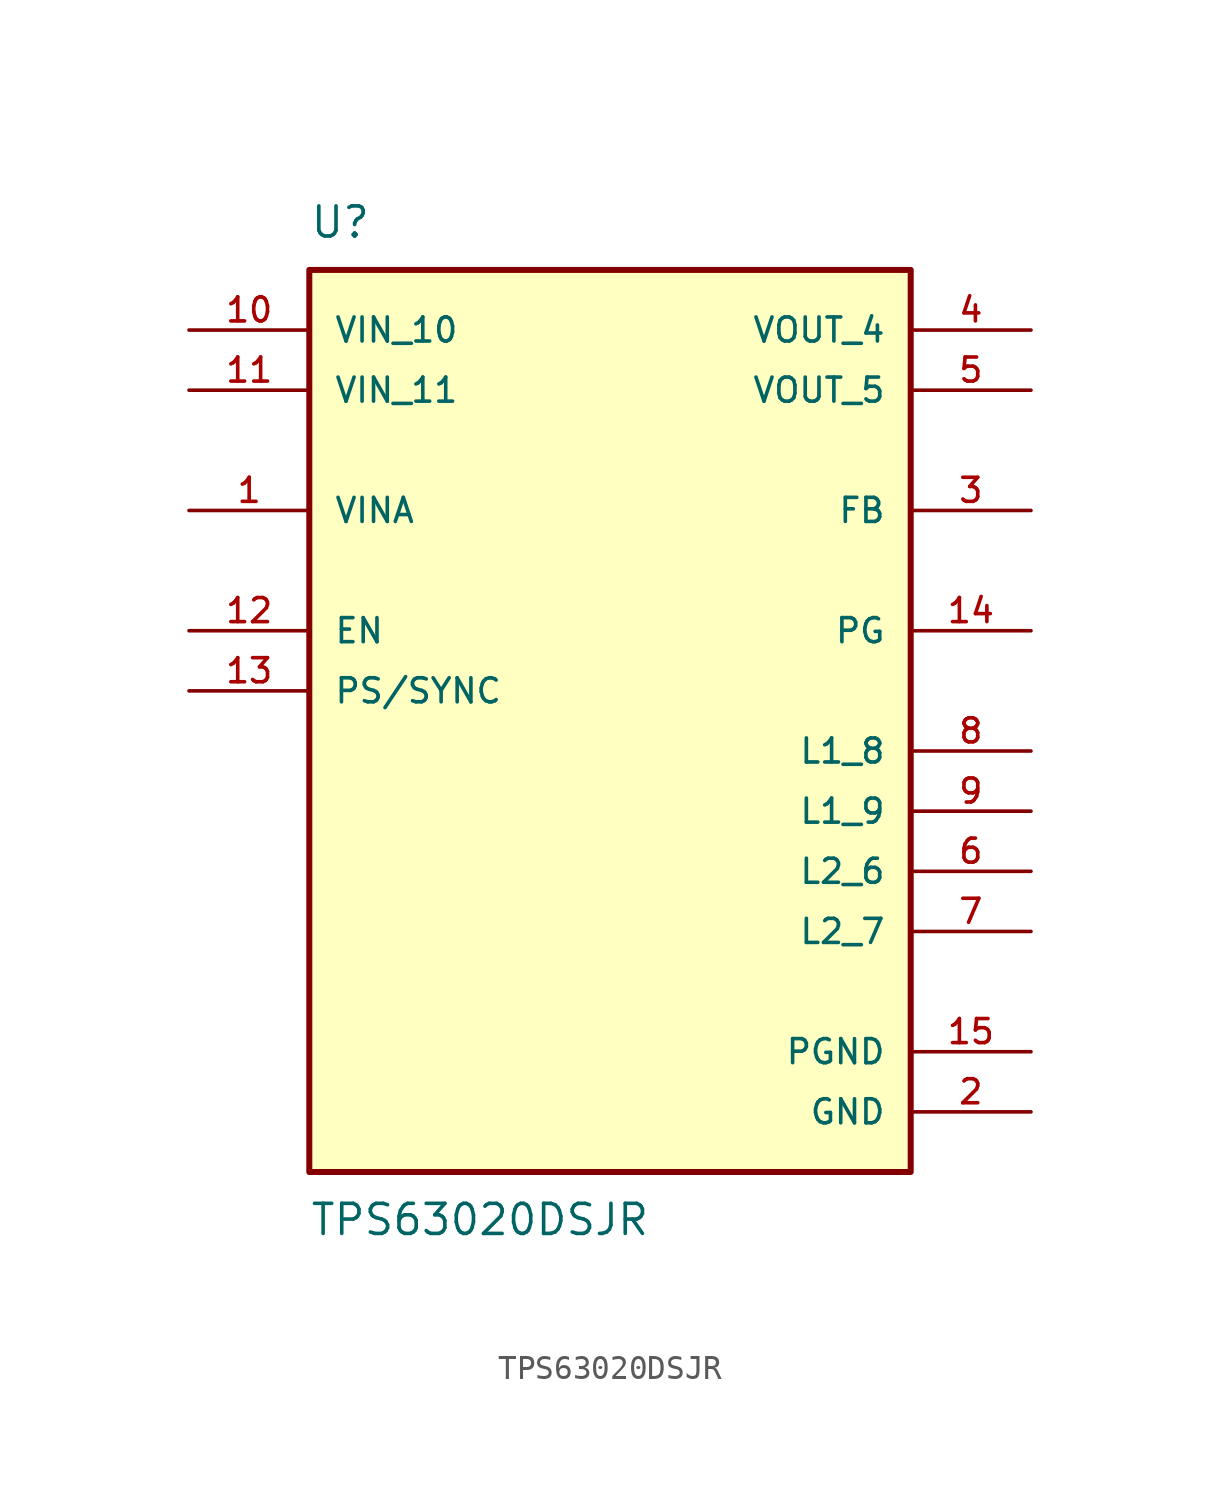
<source format=kicad_sym>
(kicad_symbol_lib
  (version 20211014)
  (generator kicad_symbol_editor)
  (symbol "TPS63020DSJR"
    (pin_names
      (offset 1.016))
    (property "Reference" "U"
      (at -12.7 19.05 0)
      (effects (font (size 1.27 1.27)) (justify bottom left)))
    (property "Value" "TPS63020DSJR"
      (at -12.7 -21.59 0)
      (effects (font (size 1.27 1.27)) (justify top left)))
    (symbol "TPS63020DSJR_0_0"
      (rectangle (start -12.7 -20.32) (end 12.7 17.78) (stroke (width 0.254)) (fill (type background)))
      (pin input line (at -17.78 7.62 0) (length 5.08) (name "VINA" (effects (font (size 1.016 1.016)))) (number "1" (effects (font (size 1.016 1.016)))))
      (pin power_in line (at 17.78 -17.78 180.0) (length 5.08) (name "GND" (effects (font (size 1.016 1.016)))) (number "2" (effects (font (size 1.016 1.016)))))
      (pin input line (at 17.78 7.62 180.0) (length 5.08) (name "FB" (effects (font (size 1.016 1.016)))) (number "3" (effects (font (size 1.016 1.016)))))
      (pin output line (at 17.78 12.7 180.0) (length 5.08) (name "VOUT_5" (effects (font (size 1.016 1.016)))) (number "5" (effects (font (size 1.016 1.016)))))
      (pin passive line (at 17.78 -7.62 180.0) (length 5.08) (name "L2_6" (effects (font (size 1.016 1.016)))) (number "6" (effects (font (size 1.016 1.016)))))
      (pin passive line (at 17.78 -2.54 180.0) (length 5.08) (name "L1_8" (effects (font (size 1.016 1.016)))) (number "8" (effects (font (size 1.016 1.016)))))
      (pin input line (at -17.78 12.7 0) (length 5.08) (name "VIN_11" (effects (font (size 1.016 1.016)))) (number "11" (effects (font (size 1.016 1.016)))))
      (pin power_in line (at 17.78 -15.24 180.0) (length 5.08) (name "PGND" (effects (font (size 1.016 1.016)))) (number "15" (effects (font (size 1.016 1.016)))))
      (pin input line (at -17.78 2.54 0) (length 5.08) (name "EN" (effects (font (size 1.016 1.016)))) (number "12" (effects (font (size 1.016 1.016)))))
      (pin input line (at -17.78 0.0 0) (length 5.08) (name "PS/SYNC" (effects (font (size 1.016 1.016)))) (number "13" (effects (font (size 1.016 1.016)))))
      (pin output line (at 17.78 2.54 180.0) (length 5.08) (name "PG" (effects (font (size 1.016 1.016)))) (number "14" (effects (font (size 1.016 1.016)))))
      (pin input line (at -17.78 15.24 0) (length 5.08) (name "VIN_10" (effects (font (size 1.016 1.016)))) (number "10" (effects (font (size 1.016 1.016)))))
      (pin output line (at 17.78 15.24 180.0) (length 5.08) (name "VOUT_4" (effects (font (size 1.016 1.016)))) (number "4" (effects (font (size 1.016 1.016)))))
      (pin passive line (at 17.78 -5.08 180.0) (length 5.08) (name "L1_9" (effects (font (size 1.016 1.016)))) (number "9" (effects (font (size 1.016 1.016)))))
      (pin passive line (at 17.78 -10.16 180.0) (length 5.08) (name "L2_7" (effects (font (size 1.016 1.016)))) (number "7" (effects (font (size 1.016 1.016))))))))
</source>
